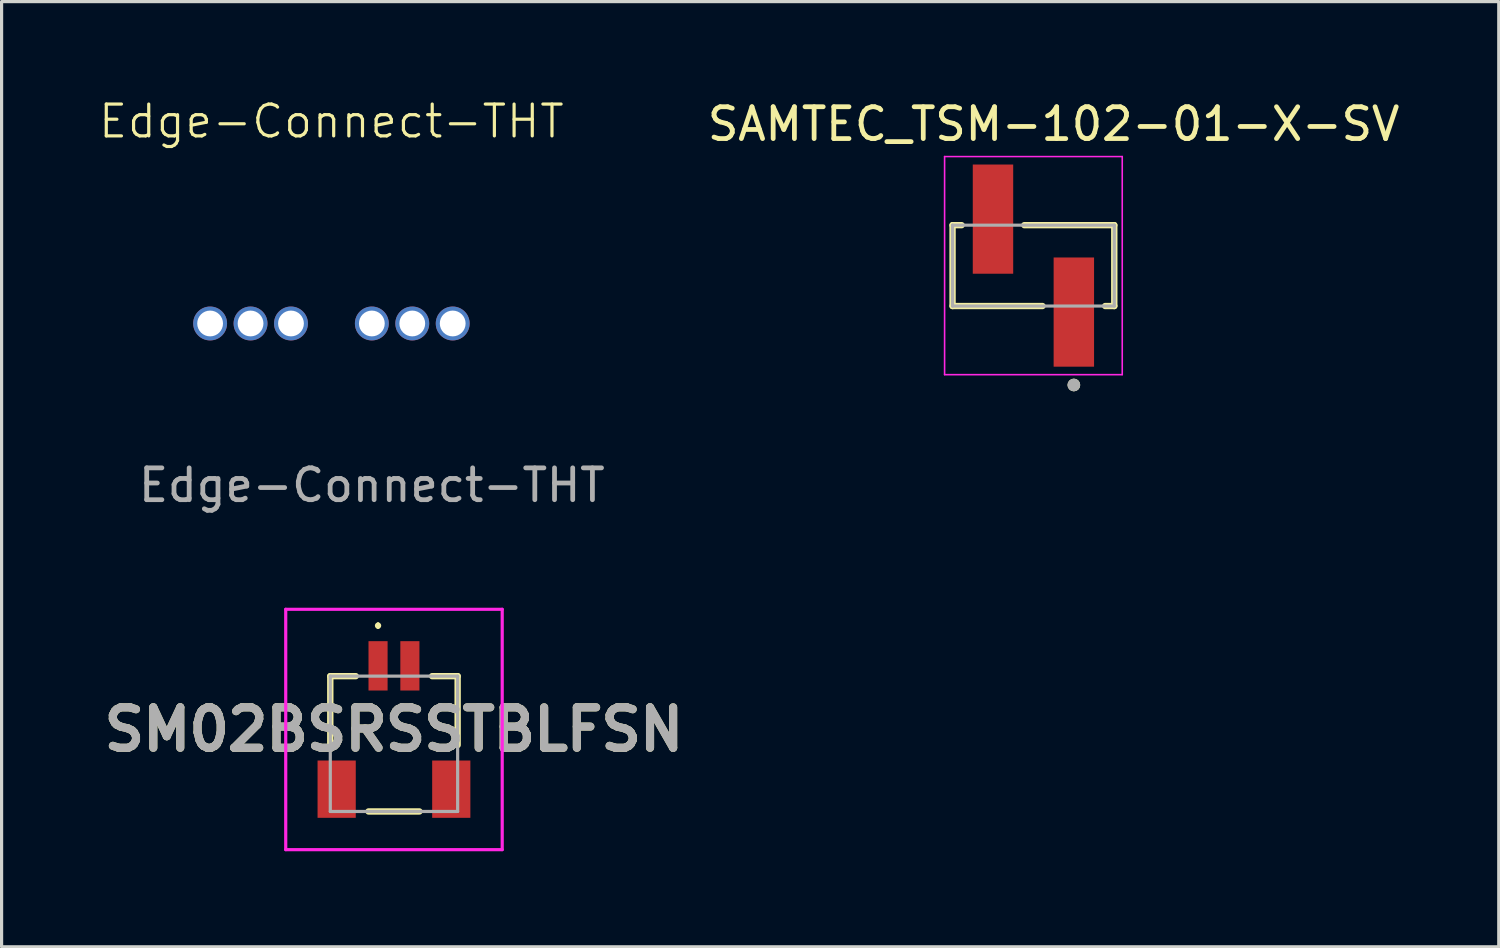
<source format=kicad_pcb>
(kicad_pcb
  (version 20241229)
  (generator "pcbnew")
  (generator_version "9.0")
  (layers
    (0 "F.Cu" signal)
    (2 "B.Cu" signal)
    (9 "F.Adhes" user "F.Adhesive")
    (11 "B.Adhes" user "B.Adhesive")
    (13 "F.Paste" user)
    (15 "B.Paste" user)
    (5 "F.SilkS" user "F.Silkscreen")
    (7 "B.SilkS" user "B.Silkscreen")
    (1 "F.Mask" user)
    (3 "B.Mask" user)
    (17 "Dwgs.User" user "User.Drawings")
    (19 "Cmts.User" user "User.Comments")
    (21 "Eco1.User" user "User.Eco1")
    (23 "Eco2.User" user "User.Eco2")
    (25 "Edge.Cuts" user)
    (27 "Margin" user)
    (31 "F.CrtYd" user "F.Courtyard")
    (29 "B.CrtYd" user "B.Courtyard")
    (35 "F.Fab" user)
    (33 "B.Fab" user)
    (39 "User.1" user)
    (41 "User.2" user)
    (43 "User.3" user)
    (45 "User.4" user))
  (footprint "Edge-Connect-THT"
    (layer "F.Cu")
    (at 7.36 7.111)
    (property "Reference" "Edge-Connect-THT" (at 0 -6.35 0) (unlocked yes) (layer "F.SilkS") (effects (font (size 1 1) (thickness 0.1))))
    (attr through_hole)
    (fp_circle (center -3.81 0) (end -3.3 0) (stroke (width 0.1) (type solid)) (fill yes) (layer "F.Paste"))
    (fp_circle (center -2.54 0) (end -2.03 0) (stroke (width 0.1) (type solid)) (fill yes) (layer "F.Paste"))
    (fp_circle (center -1.27 0) (end -0.76 0) (stroke (width 0.1) (type solid)) (fill yes) (layer "F.Paste"))
    (fp_circle (center 1.27 0) (end 1.78 0) (stroke (width 0.1) (type solid)) (fill yes) (layer "F.Paste"))
    (fp_circle (center 2.54 0) (end 3.05 0) (stroke (width 0.1) (type solid)) (fill yes) (layer "F.Paste"))
    (fp_circle (center 3.81 0) (end 4.32 0) (stroke (width 0.1) (type solid)) (fill yes) (layer "F.Paste"))
    (fp_circle (center -3.81 0) (end -3.3 0) (stroke (width 0.1) (type solid)) (fill yes) (layer "B.Paste"))
    (fp_circle (center -2.54 0) (end -2.03 0) (stroke (width 0.1) (type solid)) (fill yes) (layer "B.Paste"))
    (fp_circle (center -1.27 0) (end -0.76 0) (stroke (width 0.1) (type solid)) (fill yes) (layer "B.Paste"))
    (fp_circle (center 1.27 0) (end 1.78 0) (stroke (width 0.1) (type solid)) (fill yes) (layer "B.Paste"))
    (fp_circle (center 2.54 0) (end 3.05 0) (stroke (width 0.1) (type solid)) (fill yes) (layer "B.Paste"))
    (fp_circle (center 3.81 0) (end 4.32 0) (stroke (width 0.1) (type solid)) (fill yes) (layer "B.Paste"))
    (fp_text user "${REFERENCE}" (at 1.27 5.08 0) (unlocked yes) (layer "F.Fab") (effects (font (size 1 1) (thickness 0.15))))
    (pad "1" thru_hole circle (at -3.81 0) (size 1.064 1.064) (drill 0.81) (property pad_prop_castellated) (layers "*.Cu" "*.Mask"))
    (pad "2" thru_hole circle (at -2.54 0) (size 1.064 1.064) (drill 0.81) (property pad_prop_castellated) (layers "*.Cu" "*.Mask"))
    (pad "3" thru_hole circle (at -1.27 0) (size 1.064 1.064) (drill 0.81) (property pad_prop_castellated) (layers "*.Cu" "*.Mask"))
    (pad "4" thru_hole circle (at 1.27 0) (size 1.064 1.064) (drill 0.81) (property pad_prop_castellated) (layers "*.Cu" "*.Mask"))
    (pad "5" thru_hole circle (at 2.54 0) (size 1.064 1.064) (drill 0.81) (property pad_prop_castellated) (layers "*.Cu" "*.Mask"))
    (pad "6" thru_hole circle (at 3.81 0) (size 1.064 1.064) (drill 0.81) (property pad_prop_castellated) (layers "*.Cu" "*.Mask")))
  (footprint "SM02BSRSSTBLFSN"
    (layer "F.Cu")
    (at 9.325 20.152)
    (property "Reference" "SM02BSRSSTBLFSN" (at 0 -0.288 0) (layer "F.SilkS") (effects (font (size 1.27 1.27) (thickness 0.254))))
    (attr smd)
    (fp_line (start -2 -1.963) (end -2 0.2) (stroke (width 0.2) (type solid)) (layer "F.SilkS"))
    (fp_line (start -1.2 -1.963) (end -2 -1.963) (stroke (width 0.2) (type solid)) (layer "F.SilkS"))
    (fp_line (start -0.8 2.287) (end 0.8 2.287) (stroke (width 0.2) (type solid)) (layer "F.SilkS"))
    (fp_line (start -0.5 -3.6) (end -0.5 -3.6) (stroke (width 0.1) (type solid)) (layer "F.SilkS"))
    (fp_line (start -0.5 -3.5) (end -0.5 -3.5) (stroke (width 0.1) (type solid)) (layer "F.SilkS"))
    (fp_line (start 1.2 -1.963) (end 2 -1.963) (stroke (width 0.2) (type solid)) (layer "F.SilkS"))
    (fp_line (start 2 -1.963) (end 2 0.2) (stroke (width 0.2) (type solid)) (layer "F.SilkS"))
    (fp_arc (start -0.5 -3.6) (mid -0.45 -3.55) (end -0.5 -3.5) (stroke (width 0.1) (type solid)) (layer "F.SilkS"))
    (fp_arc (start -0.5 -3.5) (mid -0.55 -3.55) (end -0.5 -3.6) (stroke (width 0.1) (type solid)) (layer "F.SilkS"))
    (fp_line (start -3.4 -4.063) (end 3.4 -4.063) (stroke (width 0.1) (type solid)) (layer "F.CrtYd"))
    (fp_line (start -3.4 3.487) (end -3.4 -4.063) (stroke (width 0.1) (type solid)) (layer "F.CrtYd"))
    (fp_line (start 3.4 -4.063) (end 3.4 3.487) (stroke (width 0.1) (type solid)) (layer "F.CrtYd"))
    (fp_line (start 3.4 3.487) (end -3.4 3.487) (stroke (width 0.1) (type solid)) (layer "F.CrtYd"))
    (fp_line (start -2 -1.963) (end 2 -1.963) (stroke (width 0.1) (type solid)) (layer "F.Fab"))
    (fp_line (start -2 2.287) (end -2 -1.963) (stroke (width 0.1) (type solid)) (layer "F.Fab"))
    (fp_line (start 2 -1.963) (end 2 2.287) (stroke (width 0.1) (type solid)) (layer "F.Fab"))
    (fp_line (start 2 2.287) (end -2 2.287) (stroke (width 0.1) (type solid)) (layer "F.Fab"))
    (fp_text user "${REFERENCE}" (at 0 -0.288 0) (layer "F.Fab") (effects (font (size 1.27 1.27) (thickness 0.254))))
    (pad "1" smd rect (at -0.5 -2.287) (size 0.6 1.55) (layers "F.Cu" "F.Mask" "F.Paste"))
    (pad "2" smd rect (at 0.5 -2.287) (size 0.6 1.55) (layers "F.Cu" "F.Mask" "F.Paste"))
    (pad "3" smd rect (at -1.8 1.587) (size 1.2 1.8) (layers "F.Cu" "F.Mask" "F.Paste"))
    (pad "4" smd rect (at 1.8 1.587) (size 1.2 1.8) (layers "F.Cu" "F.Mask" "F.Paste")))
  (footprint "SAMTEC_TSM-102-01-X-SV"
    (layer "F.Cu")
    (at 29.411 5.293)
    (property "Reference" "SAMTEC_TSM-102-01-X-SV" (at 0.635 -4.445 0) (layer "F.SilkS") (effects (font (size 1 1) (thickness 0.15))))
    (attr smd)
    (fp_line (start -2.54 -1.27) (end -2.255 -1.27) (stroke (width 0.2) (type solid)) (layer "F.SilkS"))
    (fp_line (start -2.54 1.27) (end -2.54 -1.27) (stroke (width 0.2) (type solid)) (layer "F.SilkS"))
    (fp_line (start -0.285 -1.27) (end 2.54 -1.27) (stroke (width 0.2) (type solid)) (layer "F.SilkS"))
    (fp_line (start 0.285 1.27) (end -2.54 1.27) (stroke (width 0.2) (type solid)) (layer "F.SilkS"))
    (fp_line (start 2.54 -1.27) (end 2.54 1.27) (stroke (width 0.2) (type solid)) (layer "F.SilkS"))
    (fp_line (start 2.54 1.27) (end 2.255 1.27) (stroke (width 0.2) (type solid)) (layer "F.SilkS"))
    (fp_circle (center 1.27 3.75) (end 1.37 3.75) (stroke (width 0.2) (type solid)) (fill no) (layer "F.SilkS"))
    (fp_line (start -2.79 -3.425) (end 2.79 -3.425) (stroke (width 0.05) (type solid)) (layer "F.CrtYd"))
    (fp_line (start -2.79 3.425) (end -2.79 -3.425) (stroke (width 0.05) (type solid)) (layer "F.CrtYd"))
    (fp_line (start 2.79 -3.425) (end 2.79 3.425) (stroke (width 0.05) (type solid)) (layer "F.CrtYd"))
    (fp_line (start 2.79 3.425) (end -2.79 3.425) (stroke (width 0.05) (type solid)) (layer "F.CrtYd"))
    (fp_line (start -2.54 -1.27) (end 2.54 -1.27) (stroke (width 0.1) (type solid)) (layer "F.Fab"))
    (fp_line (start -2.54 1.27) (end -2.54 -1.27) (stroke (width 0.1) (type solid)) (layer "F.Fab"))
    (fp_line (start 2.54 -1.27) (end 2.54 1.27) (stroke (width 0.1) (type solid)) (layer "F.Fab"))
    (fp_line (start 2.54 1.27) (end -2.54 1.27) (stroke (width 0.1) (type solid)) (layer "F.Fab"))
    (fp_circle (center 1.27 3.75) (end 1.37 3.75) (stroke (width 0.2) (type solid)) (fill no) (layer "F.Fab"))
    (pad "01" smd rect (at 1.27 1.46) (size 1.27 3.43) (layers "F.Cu" "F.Mask" "F.Paste"))
    (pad "02" smd rect (at -1.27 -1.46) (size 1.27 3.43) (layers "F.Cu" "F.Mask" "F.Paste")))
  (gr_rect
    (start -3 -3)
    (end 44.028 26.689)
    (stroke (width 0.1) (type default))
    (fill no)
    (layer "Edge.Cuts")))
</source>
